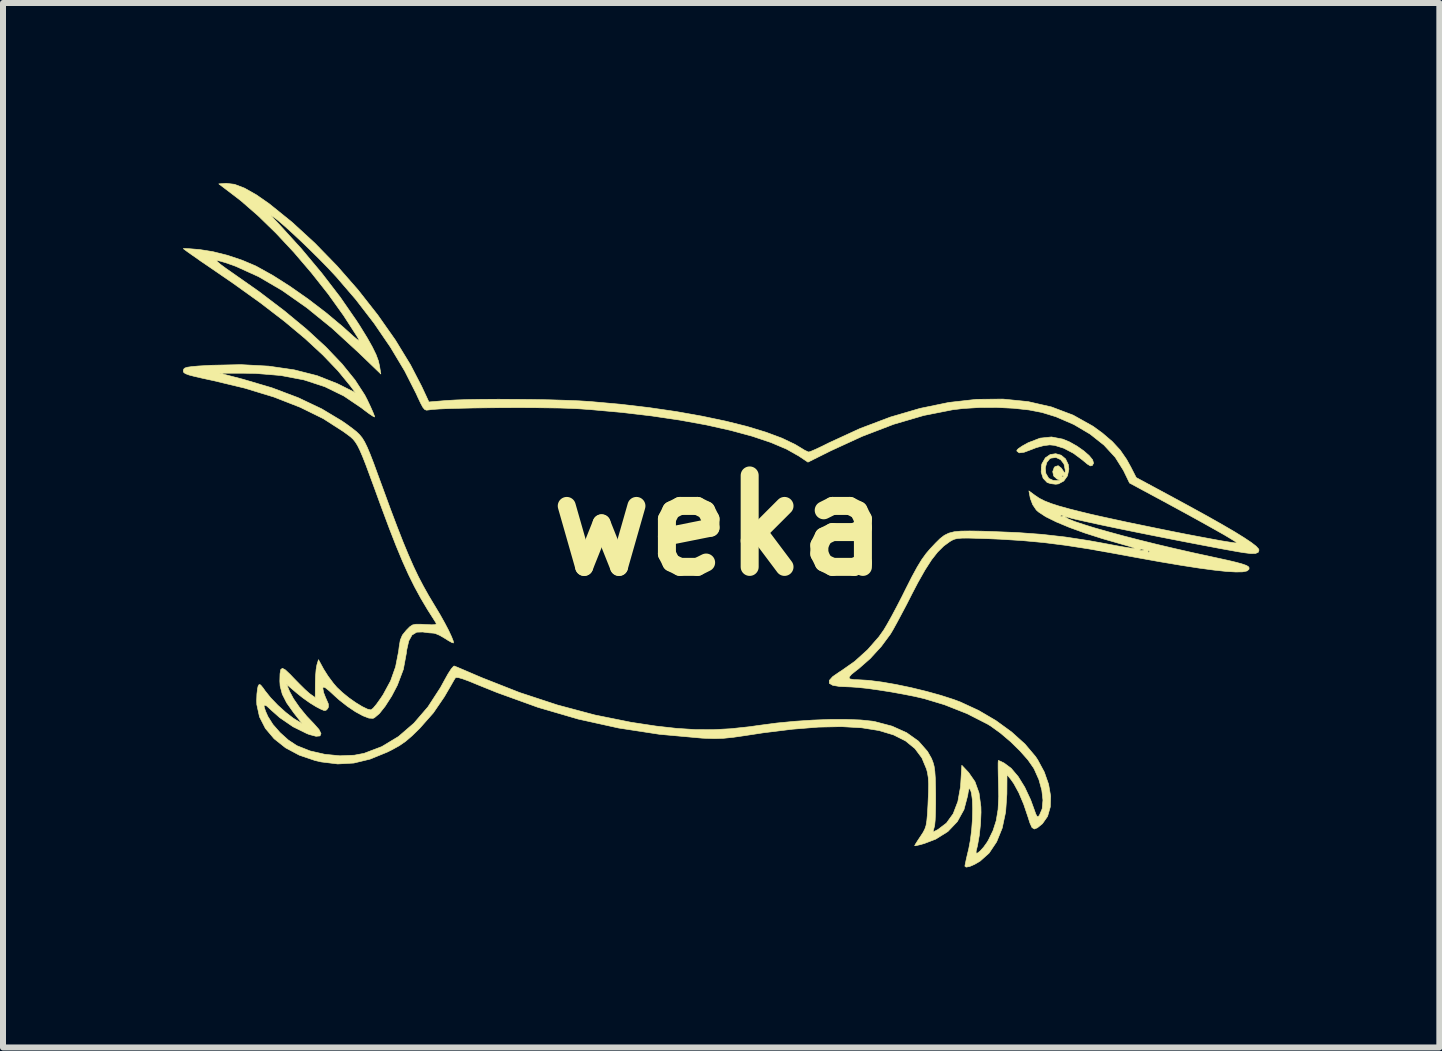
<source format=kicad_pcb>
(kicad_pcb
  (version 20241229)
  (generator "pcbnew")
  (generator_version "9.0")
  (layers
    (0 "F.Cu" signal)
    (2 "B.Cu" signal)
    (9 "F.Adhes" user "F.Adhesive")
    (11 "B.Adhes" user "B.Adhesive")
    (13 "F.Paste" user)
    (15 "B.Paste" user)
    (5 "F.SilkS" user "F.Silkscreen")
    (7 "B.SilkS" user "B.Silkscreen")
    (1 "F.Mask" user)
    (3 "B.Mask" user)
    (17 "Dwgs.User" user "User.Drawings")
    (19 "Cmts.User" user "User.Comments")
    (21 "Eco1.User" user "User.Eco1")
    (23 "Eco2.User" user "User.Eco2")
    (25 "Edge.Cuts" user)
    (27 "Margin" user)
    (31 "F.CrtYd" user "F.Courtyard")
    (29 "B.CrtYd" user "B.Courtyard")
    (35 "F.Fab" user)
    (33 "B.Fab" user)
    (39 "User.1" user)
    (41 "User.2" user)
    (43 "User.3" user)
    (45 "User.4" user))
  (footprint "weka"
    (layer "F.Cu")
    (at 8.934 5.707)
    (property "Reference" "weka" (at 0 0 0) (layer "F.SilkS") (effects (font (size 1.524 1.524) (thickness 0.3))))
    (attr through_hole)
    (fp_poly (pts (xy 5.725 -1.44) (xy 5.836 -1.394) (xy 5.962 -1.323) (xy 6.075 -1.244) (xy 6.166 -1.164) (xy 6.223 -1.094) (xy 6.238 -1.04) (xy 6.237 -1.036) (xy 6.216 -0.999) (xy 6.185 -0.994) (xy 6.135 -1.024) (xy 6.053 -1.092) (xy 6.051 -1.094) (xy 5.903 -1.204) (xy 5.743 -1.288) (xy 5.589 -1.336) (xy 5.507 -1.344) (xy 5.405 -1.331) (xy 5.283 -1.298) (xy 5.209 -1.269) (xy 5.081 -1.221) (xy 4.999 -1.211) (xy 4.962 -1.239) (xy 4.96 -1.254) (xy 4.985 -1.281) (xy 5.05 -1.325) (xy 5.142 -1.376) (xy 5.147 -1.379) (xy 5.347 -1.456) (xy 5.536 -1.476) (xy 5.725 -1.44)) (stroke (width 0.01) (type solid)) (fill yes) (layer "F.SilkS"))
    (fp_poly (pts (xy 5.698 -1.172) (xy 5.772 -1.11) (xy 5.818 -1.014) (xy 5.827 -0.941) (xy 5.804 -0.829) (xy 5.742 -0.742) (xy 5.654 -0.694) (xy 5.608 -0.688) (xy 5.525 -0.698) (xy 5.465 -0.717) (xy 5.398 -0.788) (xy 5.365 -0.891) (xy 5.369 -0.96) (xy 5.434 -0.96) (xy 5.443 -0.87) (xy 5.444 -0.867) (xy 5.492 -0.786) (xy 5.565 -0.752) (xy 5.618 -0.749) (xy 5.67 -0.752) (xy 5.665 -0.761) (xy 5.625 -0.778) (xy 5.578 -0.822) (xy 5.708 -0.822) (xy 5.722 -0.807) (xy 5.737 -0.822) (xy 5.722 -0.837) (xy 5.708 -0.822) (xy 5.578 -0.822) (xy 5.573 -0.826) (xy 5.558 -0.898) (xy 5.582 -0.966) (xy 5.596 -0.981) (xy 5.649 -0.997) (xy 5.703 -0.955) (xy 5.732 -0.911) (xy 5.756 -0.873) (xy 5.765 -0.887) (xy 5.766 -0.927) (xy 5.745 -1.026) (xy 5.689 -1.098) (xy 5.612 -1.134) (xy 5.528 -1.123) (xy 5.507 -1.112) (xy 5.458 -1.05) (xy 5.434 -0.96) (xy 5.369 -0.96) (xy 5.372 -1.006) (xy 5.378 -1.029) (xy 5.435 -1.128) (xy 5.516 -1.183) (xy 5.608 -1.197) (xy 5.698 -1.172)) (stroke (width 0.01) (type solid)) (fill yes) (layer "F.SilkS"))
    (fp_poly (pts (xy -8.077 -5.686) (xy -7.909 -5.622) (xy -7.711 -5.51) (xy -7.501 -5.364) (xy -7.118 -5.055) (xy -6.738 -4.706) (xy -6.368 -4.326) (xy -6.016 -3.924) (xy -5.69 -3.509) (xy -5.396 -3.091) (xy -5.144 -2.678) (xy -4.959 -2.321) (xy -4.837 -2.059) (xy -4.547 -2.083) (xy -4.392 -2.092) (xy -4.188 -2.099) (xy -3.946 -2.103) (xy -3.678 -2.104) (xy -3.395 -2.103) (xy -3.109 -2.1) (xy -2.829 -2.095) (xy -2.568 -2.087) (xy -2.337 -2.078) (xy -2.146 -2.066) (xy -2.137 -2.065) (xy -1.645 -2.021) (xy -1.169 -1.965) (xy -0.716 -1.899) (xy -0.289 -1.823) (xy 0.106 -1.74) (xy 0.464 -1.651) (xy 0.779 -1.555) (xy 1.048 -1.455) (xy 1.265 -1.351) (xy 1.35 -1.3) (xy 1.425 -1.254) (xy 1.481 -1.228) (xy 1.494 -1.225) (xy 1.532 -1.238) (xy 1.611 -1.272) (xy 1.719 -1.323) (xy 1.827 -1.377) (xy 2.344 -1.615) (xy 2.852 -1.807) (xy 3.347 -1.952) (xy 3.827 -2.051) (xy 4.289 -2.103) (xy 4.73 -2.107) (xy 5.147 -2.065) (xy 5.537 -1.976) (xy 5.899 -1.839) (xy 6.228 -1.655) (xy 6.385 -1.541) (xy 6.552 -1.398) (xy 6.681 -1.258) (xy 6.789 -1.102) (xy 6.859 -0.975) (xy 6.949 -0.799) (xy 7.471 -0.518) (xy 7.825 -0.326) (xy 8.127 -0.16) (xy 8.38 -0.017) (xy 8.586 0.103) (xy 8.747 0.203) (xy 8.867 0.283) (xy 8.946 0.344) (xy 8.987 0.389) (xy 8.995 0.409) (xy 8.982 0.446) (xy 8.938 0.465) (xy 8.857 0.467) (xy 8.73 0.451) (xy 8.629 0.434) (xy 8.347 0.383) (xy 8.052 0.327) (xy 7.75 0.269) (xy 7.448 0.21) (xy 7.151 0.151) (xy 6.868 0.094) (xy 6.604 0.04) (xy 6.366 -0.01) (xy 6.16 -0.055) (xy 5.993 -0.092) (xy 5.871 -0.121) (xy 5.802 -0.141) (xy 5.801 -0.141) (xy 5.769 -0.147) (xy 5.771 -0.138) (xy 5.821 -0.108) (xy 5.922 -0.067) (xy 6.07 -0.018) (xy 6.257 0.04) (xy 6.479 0.103) (xy 6.728 0.171) (xy 6.999 0.241) (xy 7.285 0.312) (xy 7.581 0.382) (xy 7.88 0.45) (xy 8.068 0.491) (xy 8.303 0.542) (xy 8.486 0.582) (xy 8.623 0.615) (xy 8.719 0.642) (xy 8.782 0.664) (xy 8.817 0.684) (xy 8.83 0.704) (xy 8.828 0.726) (xy 8.826 0.731) (xy 8.795 0.757) (xy 8.723 0.772) (xy 8.609 0.774) (xy 8.451 0.765) (xy 8.247 0.743) (xy 7.994 0.709) (xy 7.691 0.662) (xy 7.335 0.602) (xy 6.925 0.528) (xy 6.589 0.466) (xy 6.406 0.433) (xy 7.142 0.433) (xy 7.157 0.448) (xy 7.172 0.433) (xy 7.157 0.418) (xy 7.142 0.433) (xy 6.406 0.433) (xy 6.282 0.411) (xy 7.005 0.411) (xy 7.035 0.416) (xy 7.074 0.41) (xy 7.074 0.4) (xy 7.034 0.393) (xy 7.017 0.398) (xy 7.005 0.411) (xy 6.282 0.411) (xy 6.163 0.39) (xy 5.776 0.33) (xy 5.412 0.284) (xy 5.054 0.251) (xy 4.685 0.228) (xy 4.478 0.219) (xy 4.288 0.213) (xy 4.148 0.209) (xy 4.048 0.21) (xy 3.977 0.215) (xy 3.926 0.226) (xy 3.885 0.243) (xy 3.845 0.266) (xy 3.741 0.342) (xy 3.64 0.442) (xy 3.538 0.572) (xy 3.43 0.74) (xy 3.31 0.952) (xy 3.211 1.142) (xy 3.123 1.315) (xy 3.036 1.479) (xy 2.958 1.625) (xy 2.895 1.739) (xy 2.854 1.808) (xy 2.7 2.016) (xy 2.515 2.218) (xy 2.32 2.389) (xy 2.294 2.408) (xy 2.203 2.481) (xy 2.164 2.528) (xy 2.178 2.556) (xy 2.247 2.568) (xy 2.322 2.57) (xy 2.491 2.58) (xy 2.702 2.607) (xy 2.942 2.648) (xy 3.196 2.701) (xy 3.451 2.763) (xy 3.693 2.83) (xy 3.907 2.899) (xy 4.017 2.94) (xy 4.324 3.082) (xy 4.612 3.251) (xy 4.872 3.44) (xy 5.095 3.641) (xy 5.27 3.848) (xy 5.307 3.903) (xy 5.417 4.107) (xy 5.489 4.312) (xy 5.523 4.509) (xy 5.517 4.69) (xy 5.472 4.846) (xy 5.387 4.968) (xy 5.375 4.978) (xy 5.302 5.037) (xy 5.251 5.057) (xy 5.212 5.032) (xy 5.178 4.957) (xy 5.145 4.854) (xy 5.074 4.644) (xy 4.994 4.455) (xy 4.91 4.301) (xy 4.863 4.234) (xy 4.796 4.151) (xy 4.794 4.473) (xy 4.773 4.774) (xy 4.716 5.042) (xy 4.623 5.271) (xy 4.498 5.458) (xy 4.348 5.592) (xy 4.256 5.646) (xy 4.175 5.681) (xy 4.116 5.692) (xy 4.094 5.676) (xy 4.101 5.638) (xy 4.118 5.557) (xy 4.144 5.446) (xy 4.158 5.389) (xy 4.186 5.24) (xy 4.207 5.069) (xy 4.22 4.891) (xy 4.224 4.72) (xy 4.219 4.572) (xy 4.204 4.461) (xy 4.193 4.423) (xy 4.174 4.385) (xy 4.162 4.388) (xy 4.15 4.438) (xy 4.141 4.498) (xy 4.079 4.733) (xy 3.968 4.934) (xy 3.811 5.099) (xy 3.608 5.226) (xy 3.414 5.3) (xy 3.328 5.323) (xy 3.271 5.336) (xy 3.257 5.335) (xy 3.272 5.307) (xy 3.312 5.244) (xy 3.358 5.175) (xy 3.399 5.112) (xy 3.427 5.057) (xy 3.447 4.997) (xy 3.46 4.918) (xy 3.47 4.808) (xy 3.479 4.653) (xy 3.48 4.622) (xy 3.488 4.441) (xy 3.49 4.305) (xy 3.484 4.201) (xy 3.47 4.114) (xy 3.455 4.058) (xy 3.378 3.873) (xy 3.262 3.717) (xy 3.105 3.589) (xy 2.906 3.489) (xy 2.663 3.416) (xy 2.374 3.37) (xy 2.038 3.351) (xy 1.654 3.359) (xy 1.22 3.394) (xy 0.734 3.454) (xy 0.44 3.499) (xy 0.241 3.528) (xy 0.077 3.545) (xy -0.075 3.55) (xy -0.239 3.545) (xy -0.284 3.543) (xy -0.993 3.479) (xy -1.677 3.374) (xy -2.35 3.225) (xy -3.021 3.029) (xy -3.702 2.783) (xy -4.012 2.658) (xy -4.167 2.594) (xy -4.276 2.554) (xy -4.346 2.534) (xy -4.386 2.533) (xy -4.4 2.544) (xy -4.425 2.586) (xy -4.471 2.667) (xy -4.533 2.773) (xy -4.58 2.854) (xy -4.763 3.122) (xy -4.992 3.381) (xy -5.118 3.504) (xy -5.224 3.595) (xy -5.329 3.668) (xy -5.45 3.735) (xy -5.53 3.775) (xy -5.816 3.892) (xy -6.088 3.958) (xy -6.356 3.973) (xy -6.633 3.939) (xy -6.736 3.915) (xy -6.998 3.826) (xy -7.226 3.704) (xy -7.416 3.553) (xy -7.562 3.38) (xy -7.66 3.188) (xy -7.705 2.982) (xy -7.707 2.914) (xy -7.703 2.806) (xy -7.692 2.717) (xy -7.683 2.677) (xy -7.666 2.649) (xy -7.642 2.656) (xy -7.602 2.704) (xy -7.567 2.754) (xy -7.475 2.869) (xy -7.354 2.995) (xy -7.222 3.114) (xy -7.098 3.21) (xy -7.05 3.24) (xy -6.95 3.298) (xy -7.089 3.121) (xy -7.207 2.955) (xy -7.28 2.811) (xy -7.316 2.675) (xy -7.321 2.593) (xy -7.318 2.471) (xy -7.306 2.4) (xy -7.278 2.379) (xy -7.228 2.406) (xy -7.149 2.481) (xy -7.089 2.544) (xy -6.993 2.642) (xy -6.904 2.73) (xy -6.834 2.793) (xy -6.812 2.81) (xy -6.731 2.867) (xy -6.73 2.636) (xy -6.726 2.512) (xy -6.717 2.401) (xy -6.704 2.325) (xy -6.703 2.32) (xy -6.677 2.235) (xy -6.59 2.395) (xy -6.518 2.509) (xy -6.427 2.631) (xy -6.37 2.697) (xy -6.28 2.782) (xy -6.172 2.87) (xy -6.057 2.951) (xy -5.949 3.017) (xy -5.86 3.06) (xy -5.803 3.072) (xy -5.803 3.072) (xy -5.766 3.044) (xy -5.709 2.976) (xy -5.64 2.879) (xy -5.599 2.817) (xy -5.475 2.588) (xy -5.392 2.353) (xy -5.341 2.092) (xy -5.333 2.024) (xy -5.314 1.91) (xy -5.279 1.826) (xy -5.215 1.747) (xy -5.213 1.745) (xy -5.157 1.688) (xy -5.111 1.657) (xy -5.054 1.645) (xy -4.968 1.645) (xy -4.902 1.649) (xy -4.794 1.654) (xy -4.735 1.652) (xy -4.714 1.641) (xy -4.722 1.617) (xy -4.733 1.6) (xy -4.859 1.402) (xy -4.972 1.212) (xy -5.077 1.019) (xy -5.178 0.815) (xy -5.279 0.59) (xy -5.384 0.337) (xy -5.497 0.047) (xy -5.623 -0.291) (xy -5.648 -0.358) (xy -5.745 -0.625) (xy -5.825 -0.842) (xy -5.889 -1.015) (xy -5.942 -1.15) (xy -5.987 -1.254) (xy -6.026 -1.333) (xy -6.063 -1.392) (xy -6.1 -1.438) (xy -6.142 -1.477) (xy -6.191 -1.514) (xy -6.25 -1.557) (xy -6.27 -1.571) (xy -6.597 -1.781) (xy -6.981 -1.97) (xy -7.419 -2.141) (xy -7.912 -2.291) (xy -8.421 -2.413) (xy -8.606 -2.453) (xy -8.741 -2.484) (xy -8.833 -2.508) (xy -8.89 -2.529) (xy -8.92 -2.548) (xy -8.929 -2.568) (xy -8.929 -2.584) (xy -8.922 -2.607) (xy -8.902 -2.625) (xy -8.861 -2.638) (xy -8.79 -2.648) (xy -8.679 -2.658) (xy -8.52 -2.667) (xy -8.472 -2.67) (xy -7.971 -2.681) (xy -7.506 -2.656) (xy -7.081 -2.594) (xy -6.699 -2.497) (xy -6.362 -2.364) (xy -6.33 -2.348) (xy -6.061 -2.213) (xy -6.144 -2.324) (xy -6.352 -2.578) (xy -6.604 -2.841) (xy -6.901 -3.116) (xy -7.247 -3.405) (xy -7.644 -3.71) (xy -8.093 -4.032) (xy -8.362 -4.217) (xy -8.524 -4.328) (xy -8.652 -4.415) (xy -8.374 -4.415) (xy -8.362 -4.396) (xy -8.309 -4.351) (xy -8.224 -4.288) (xy -8.138 -4.228) (xy -7.669 -3.899) (xy -7.248 -3.579) (xy -6.876 -3.271) (xy -6.554 -2.975) (xy -6.284 -2.692) (xy -6.068 -2.425) (xy -5.906 -2.175) (xy -5.866 -2.098) (xy -5.811 -1.982) (xy -5.769 -1.887) (xy -5.745 -1.826) (xy -5.742 -1.809) (xy -5.769 -1.821) (xy -5.831 -1.862) (xy -5.917 -1.926) (xy -5.962 -1.961) (xy -6.254 -2.158) (xy -6.571 -2.313) (xy -6.92 -2.427) (xy -7.304 -2.5) (xy -7.729 -2.535) (xy -7.934 -2.538) (xy -8.322 -2.538) (xy -7.934 -2.437) (xy -7.453 -2.295) (xy -7.015 -2.13) (xy -6.623 -1.944) (xy -6.283 -1.74) (xy -6.182 -1.669) (xy -6.107 -1.613) (xy -6.046 -1.565) (xy -5.996 -1.517) (xy -5.951 -1.463) (xy -5.909 -1.395) (xy -5.865 -1.305) (xy -5.816 -1.188) (xy -5.757 -1.036) (xy -5.686 -0.841) (xy -5.602 -0.613) (xy -5.477 -0.271) (xy -5.366 0.022) (xy -5.268 0.273) (xy -5.178 0.49) (xy -5.094 0.681) (xy -5.012 0.853) (xy -4.928 1.013) (xy -4.84 1.17) (xy -4.744 1.33) (xy -4.733 1.348) (xy -4.651 1.485) (xy -4.575 1.621) (xy -4.509 1.747) (xy -4.46 1.852) (xy -4.431 1.926) (xy -4.428 1.957) (xy -4.456 1.949) (xy -4.518 1.914) (xy -4.57 1.881) (xy -4.657 1.83) (xy -4.733 1.798) (xy -4.763 1.793) (xy -4.835 1.788) (xy -4.927 1.776) (xy -4.936 1.774) (xy -5.04 1.777) (xy -5.119 1.825) (xy -5.173 1.924) (xy -5.207 2.075) (xy -5.213 2.127) (xy -5.263 2.397) (xy -5.363 2.662) (xy -5.458 2.843) (xy -5.567 3.013) (xy -5.663 3.134) (xy -5.744 3.202) (xy -5.768 3.213) (xy -5.837 3.209) (xy -5.938 3.17) (xy -6.061 3.103) (xy -6.195 3.013) (xy -6.329 2.908) (xy -6.402 2.843) (xy -6.497 2.755) (xy -6.558 2.706) (xy -6.591 2.69) (xy -6.603 2.704) (xy -6.604 2.717) (xy -6.591 2.785) (xy -6.557 2.872) (xy -6.547 2.893) (xy -6.513 2.972) (xy -6.511 3.024) (xy -6.526 3.054) (xy -6.552 3.079) (xy -6.585 3.082) (xy -6.642 3.058) (xy -6.717 3.019) (xy -6.822 2.954) (xy -6.943 2.868) (xy -7.039 2.791) (xy -7.208 2.647) (xy -7.159 2.764) (xy -7.094 2.885) (xy -6.995 3.028) (xy -6.874 3.176) (xy -6.755 3.301) (xy -6.669 3.398) (xy -6.635 3.467) (xy -6.652 3.506) (xy -6.718 3.512) (xy -6.831 3.482) (xy -6.87 3.467) (xy -7.101 3.353) (xy -7.323 3.201) (xy -7.463 3.077) (xy -7.537 3.009) (xy -7.577 2.989) (xy -7.584 3.017) (xy -7.559 3.094) (xy -7.52 3.182) (xy -7.437 3.314) (xy -7.318 3.45) (xy -7.18 3.574) (xy -7.041 3.666) (xy -7.033 3.67) (xy -6.817 3.756) (xy -6.572 3.812) (xy -6.32 3.837) (xy -6.079 3.827) (xy -5.917 3.796) (xy -5.622 3.684) (xy -5.344 3.516) (xy -5.087 3.294) (xy -4.853 3.022) (xy -4.644 2.7) (xy -4.584 2.59) (xy -4.519 2.473) (xy -4.464 2.388) (xy -4.425 2.344) (xy -4.413 2.341) (xy -4.374 2.357) (xy -4.291 2.392) (xy -4.174 2.442) (xy -4.032 2.503) (xy -3.944 2.54) (xy -3.326 2.783) (xy -2.697 2.99) (xy -2.072 3.157) (xy -1.467 3.279) (xy -1.434 3.284) (xy -1.051 3.342) (xy -0.711 3.38) (xy -0.4 3.4) (xy -0.103 3.402) (xy 0.192 3.386) (xy 0.501 3.353) (xy 0.672 3.329) (xy 0.96 3.291) (xy 1.26 3.262) (xy 1.561 3.242) (xy 1.852 3.231) (xy 2.122 3.231) (xy 2.359 3.24) (xy 2.552 3.26) (xy 2.596 3.268) (xy 2.88 3.343) (xy 3.123 3.452) (xy 3.321 3.593) (xy 3.471 3.764) (xy 3.537 3.88) (xy 3.562 3.943) (xy 3.581 4.01) (xy 3.593 4.094) (xy 3.601 4.206) (xy 3.605 4.359) (xy 3.607 4.467) (xy 3.607 4.633) (xy 3.604 4.785) (xy 3.599 4.91) (xy 3.591 4.994) (xy 3.587 5.012) (xy 3.561 5.109) (xy 3.645 5.066) (xy 3.787 4.958) (xy 3.899 4.803) (xy 3.977 4.6) (xy 4.021 4.355) (xy 4.026 4.281) (xy 4.043 3.995) (xy 4.156 4.115) (xy 4.262 4.268) (xy 4.33 4.457) (xy 4.361 4.688) (xy 4.363 4.781) (xy 4.355 4.966) (xy 4.335 5.159) (xy 4.304 5.335) (xy 4.282 5.422) (xy 4.281 5.46) (xy 4.307 5.457) (xy 4.351 5.421) (xy 4.406 5.36) (xy 4.462 5.282) (xy 4.486 5.242) (xy 4.563 5.084) (xy 4.616 4.919) (xy 4.647 4.733) (xy 4.658 4.515) (xy 4.654 4.311) (xy 4.65 4.165) (xy 4.648 4.043) (xy 4.648 3.956) (xy 4.651 3.916) (xy 4.652 3.915) (xy 4.685 3.927) (xy 4.746 3.957) (xy 4.748 3.958) (xy 4.865 4.045) (xy 4.982 4.183) (xy 5.092 4.361) (xy 5.19 4.571) (xy 5.244 4.719) (xy 5.276 4.808) (xy 5.298 4.849) (xy 5.318 4.848) (xy 5.336 4.828) (xy 5.382 4.72) (xy 5.395 4.576) (xy 5.376 4.41) (xy 5.328 4.235) (xy 5.252 4.064) (xy 5.239 4.04) (xy 5.145 3.905) (xy 5.012 3.755) (xy 4.856 3.602) (xy 4.689 3.46) (xy 4.526 3.342) (xy 4.47 3.308) (xy 4.131 3.135) (xy 3.754 2.986) (xy 3.415 2.884) (xy 3.256 2.847) (xy 3.068 2.81) (xy 2.864 2.773) (xy 2.66 2.741) (xy 2.469 2.714) (xy 2.307 2.697) (xy 2.187 2.689) (xy 2.181 2.689) (xy 2.008 2.682) (xy 1.893 2.663) (xy 1.835 2.629) (xy 1.835 2.581) (xy 1.891 2.518) (xy 2.004 2.44) (xy 2.035 2.421) (xy 2.258 2.264) (xy 2.474 2.069) (xy 2.662 1.854) (xy 2.744 1.738) (xy 2.798 1.647) (xy 2.872 1.515) (xy 2.956 1.357) (xy 3.045 1.185) (xy 3.108 1.058) (xy 3.212 0.853) (xy 3.299 0.693) (xy 3.376 0.567) (xy 3.449 0.466) (xy 3.515 0.389) (xy 3.606 0.292) (xy 3.681 0.218) (xy 3.751 0.164) (xy 3.826 0.127) (xy 3.915 0.104) (xy 4.027 0.093) (xy 4.174 0.091) (xy 4.363 0.094) (xy 4.523 0.099) (xy 4.969 0.117) (xy 5.377 0.147) (xy 5.766 0.191) (xy 6.158 0.251) (xy 6.422 0.299) (xy 6.634 0.339) (xy 6.788 0.366) (xy 6.885 0.38) (xy 6.924 0.381) (xy 6.905 0.37) (xy 6.828 0.345) (xy 6.709 0.311) (xy 6.385 0.218) (xy 6.091 0.124) (xy 5.833 0.03) (xy 5.615 -0.061) (xy 5.443 -0.146) (xy 5.408 -0.169) (xy 5.688 -0.169) (xy 5.692 -0.152) (xy 5.708 -0.149) (xy 5.732 -0.16) (xy 5.727 -0.169) (xy 5.692 -0.173) (xy 5.688 -0.169) (xy 5.408 -0.169) (xy 5.322 -0.225) (xy 5.284 -0.259) (xy 5.224 -0.348) (xy 5.185 -0.451) (xy 5.183 -0.46) (xy 5.161 -0.577) (xy 5.263 -0.502) (xy 5.336 -0.453) (xy 5.421 -0.41) (xy 5.527 -0.368) (xy 5.664 -0.324) (xy 5.841 -0.275) (xy 6.028 -0.228) (xy 6.18 -0.191) (xy 6.366 -0.149) (xy 6.577 -0.103) (xy 6.808 -0.053) (xy 7.051 -0.003) (xy 7.299 0.048) (xy 7.545 0.098) (xy 7.783 0.145) (xy 8.004 0.187) (xy 8.202 0.224) (xy 8.371 0.255) (xy 8.502 0.276) (xy 8.589 0.289) (xy 8.625 0.29) (xy 8.625 0.289) (xy 8.605 0.27) (xy 8.534 0.226) (xy 8.417 0.156) (xy 8.256 0.065) (xy 8.054 -0.048) (xy 7.815 -0.18) (xy 7.541 -0.329) (xy 7.416 -0.397) (xy 6.838 -0.708) (xy 6.737 -0.917) (xy 6.6 -1.136) (xy 6.412 -1.34) (xy 6.18 -1.524) (xy 5.911 -1.683) (xy 5.613 -1.812) (xy 5.379 -1.884) (xy 5.163 -1.926) (xy 4.907 -1.954) (xy 4.627 -1.968) (xy 4.34 -1.967) (xy 4.064 -1.95) (xy 3.89 -1.929) (xy 3.409 -1.834) (xy 2.907 -1.687) (xy 2.383 -1.486) (xy 1.86 -1.246) (xy 1.479 -1.056) (xy 1.33 -1.156) (xy 1.123 -1.273) (xy 0.861 -1.384) (xy 0.548 -1.489) (xy 0.189 -1.586) (xy -0.212 -1.676) (xy -0.651 -1.756) (xy -1.123 -1.826) (xy -1.623 -1.885) (xy -2.147 -1.932) (xy -2.331 -1.945) (xy -2.472 -1.952) (xy -2.653 -1.958) (xy -2.864 -1.961) (xy -3.098 -1.964) (xy -3.345 -1.965) (xy -3.599 -1.964) (xy -3.85 -1.962) (xy -4.09 -1.959) (xy -4.312 -1.954) (xy -4.506 -1.949) (xy -4.665 -1.942) (xy -4.781 -1.934) (xy -4.842 -1.926) (xy -4.877 -1.922) (xy -4.907 -1.933) (xy -4.938 -1.97) (xy -4.976 -2.041) (xy -5.03 -2.155) (xy -5.047 -2.194) (xy -5.239 -2.573) (xy -5.476 -2.969) (xy -5.75 -3.37) (xy -6.054 -3.765) (xy -6.379 -4.143) (xy -6.514 -4.288) (xy -6.649 -4.426) (xy -6.798 -4.574) (xy -6.951 -4.722) (xy -7.098 -4.86) (xy -7.229 -4.979) (xy -7.335 -5.071) (xy -7.381 -5.108) (xy -7.438 -5.15) (xy -7.462 -5.164) (xy -7.451 -5.146) (xy -7.402 -5.092) (xy -7.318 -5.003) (xy -6.963 -4.613) (xy -6.625 -4.209) (xy -6.314 -3.804) (xy -6.043 -3.412) (xy -5.985 -3.322) (xy -5.866 -3.129) (xy -5.779 -2.974) (xy -5.718 -2.849) (xy -5.679 -2.744) (xy -5.659 -2.655) (xy -5.638 -2.525) (xy -6.011 -2.884) (xy -6.449 -3.286) (xy -6.873 -3.63) (xy -7.282 -3.917) (xy -7.675 -4.147) (xy -8.054 -4.319) (xy -8.125 -4.345) (xy -8.233 -4.382) (xy -8.319 -4.407) (xy -8.369 -4.416) (xy -8.374 -4.415) (xy -8.652 -4.415) (xy -8.668 -4.427) (xy -8.787 -4.51) (xy -8.874 -4.572) (xy -8.922 -4.608) (xy -8.929 -4.615) (xy -8.897 -4.616) (xy -8.82 -4.612) (xy -8.712 -4.603) (xy -8.66 -4.599) (xy -8.439 -4.564) (xy -8.194 -4.503) (xy -7.949 -4.421) (xy -7.727 -4.327) (xy -7.704 -4.315) (xy -7.439 -4.168) (xy -7.15 -3.984) (xy -6.85 -3.774) (xy -6.554 -3.548) (xy -6.274 -3.314) (xy -6.205 -3.252) (xy -6.101 -3.158) (xy -6.036 -3.103) (xy -6.005 -3.082) (xy -6.002 -3.092) (xy -6.022 -3.131) (xy -6.035 -3.153) (xy -6.259 -3.5) (xy -6.514 -3.856) (xy -6.793 -4.209) (xy -7.086 -4.552) (xy -7.386 -4.873) (xy -7.683 -5.162) (xy -7.968 -5.41) (xy -8.07 -5.489) (xy -8.338 -5.693) (xy -8.214 -5.702) (xy -8.077 -5.686)) (stroke (width 0.01) (type solid)) (fill yes) (layer "F.SilkS")))
  (gr_rect
    (start -3 -3)
    (end 20.934 14.404)
    (stroke (width 0.1) (type default))
    (fill no)
    (layer "Edge.Cuts")))
</source>
